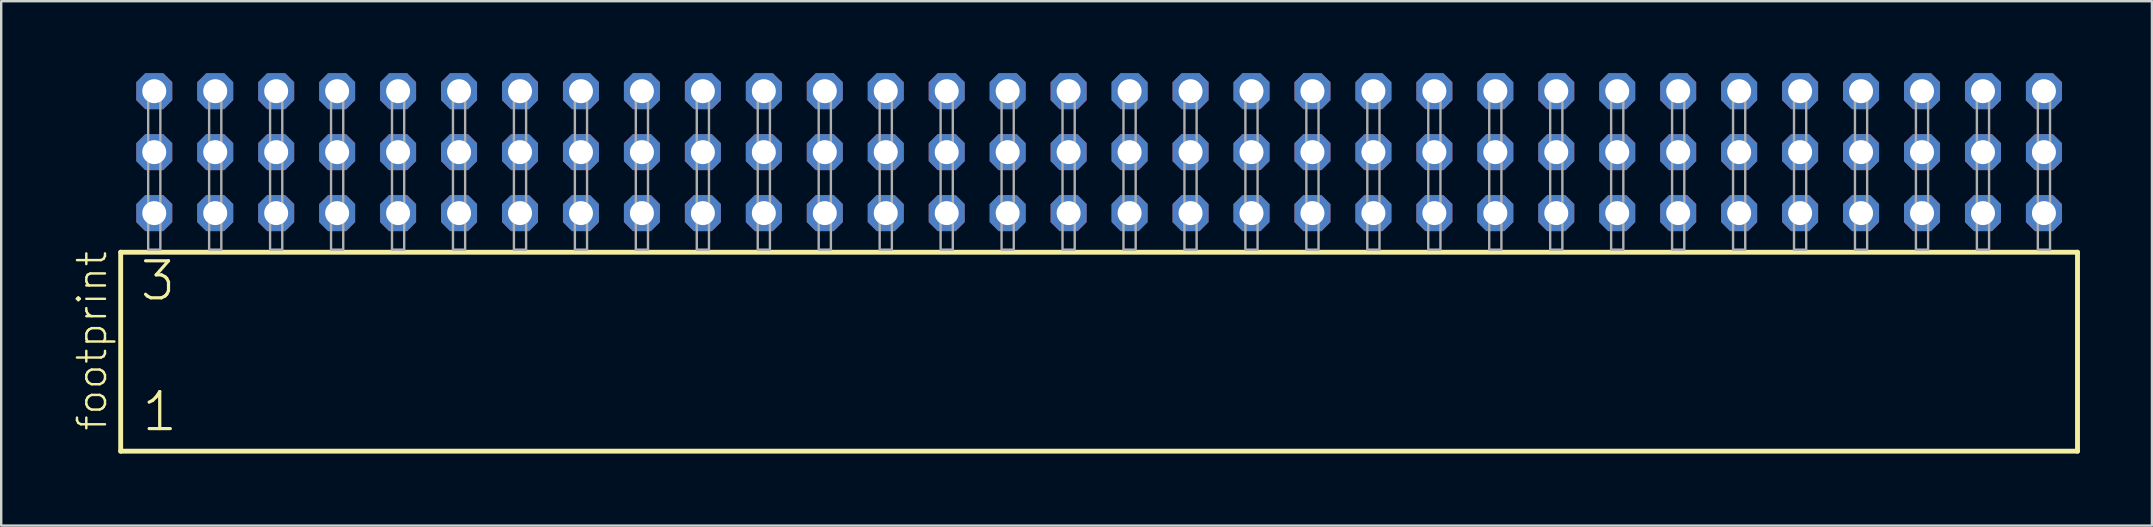
<source format=kicad_pcb>
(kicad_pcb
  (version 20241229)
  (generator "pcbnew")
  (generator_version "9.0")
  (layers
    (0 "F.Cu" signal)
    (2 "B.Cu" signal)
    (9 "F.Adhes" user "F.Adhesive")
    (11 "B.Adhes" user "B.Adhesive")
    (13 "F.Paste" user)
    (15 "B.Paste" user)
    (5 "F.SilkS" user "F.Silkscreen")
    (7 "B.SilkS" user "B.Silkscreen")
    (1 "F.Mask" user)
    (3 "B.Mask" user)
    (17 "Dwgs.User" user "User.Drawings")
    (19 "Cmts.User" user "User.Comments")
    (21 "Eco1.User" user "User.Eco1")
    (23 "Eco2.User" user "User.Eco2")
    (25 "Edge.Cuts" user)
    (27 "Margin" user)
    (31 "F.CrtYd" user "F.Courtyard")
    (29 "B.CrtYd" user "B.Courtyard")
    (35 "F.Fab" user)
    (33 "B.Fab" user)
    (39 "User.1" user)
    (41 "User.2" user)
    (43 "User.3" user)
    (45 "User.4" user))
  (footprint "footprint"
    (layer "F.Cu")
    (at 42.748 7.354)
    (property "Reference" "footprint" (at -41.275 7.62 90) (layer "F.SilkS") (effects (font (size 1.168 1.168) (thickness 0.102)) (justify left bottom)))
    (fp_line (start -40.769 0.106) (end -40.769 8.396) (stroke (width 0.203) (type solid)) (layer "F.SilkS"))
    (fp_line (start -40.769 8.396) (end 40.769 8.396) (stroke (width 0.203) (type solid)) (layer "F.SilkS"))
    (fp_line (start 40.769 0.106) (end -40.769 0.106) (stroke (width 0.203) (type solid)) (layer "F.SilkS"))
    (fp_line (start 40.769 8.396) (end 40.769 0.106) (stroke (width 0.203) (type solid)) (layer "F.SilkS"))
    (fp_poly (pts (xy -39.624 0) (xy -39.116 0) (xy -39.116 -6.858) (xy -39.624 -6.858)) (stroke (width 0.1) (type solid)) (fill no) (layer "F.Fab"))
    (fp_poly (pts (xy -37.084 0) (xy -36.576 0) (xy -36.576 -6.858) (xy -37.084 -6.858)) (stroke (width 0.1) (type solid)) (fill no) (layer "F.Fab"))
    (fp_poly (pts (xy -34.544 0) (xy -34.036 0) (xy -34.036 -6.858) (xy -34.544 -6.858)) (stroke (width 0.1) (type solid)) (fill no) (layer "F.Fab"))
    (fp_poly (pts (xy -32.004 0) (xy -31.496 0) (xy -31.496 -6.858) (xy -32.004 -6.858)) (stroke (width 0.1) (type solid)) (fill no) (layer "F.Fab"))
    (fp_poly (pts (xy -29.464 0) (xy -28.956 0) (xy -28.956 -6.858) (xy -29.464 -6.858)) (stroke (width 0.1) (type solid)) (fill no) (layer "F.Fab"))
    (fp_poly (pts (xy -26.924 0) (xy -26.416 0) (xy -26.416 -6.858) (xy -26.924 -6.858)) (stroke (width 0.1) (type solid)) (fill no) (layer "F.Fab"))
    (fp_poly (pts (xy -24.384 0) (xy -23.876 0) (xy -23.876 -6.858) (xy -24.384 -6.858)) (stroke (width 0.1) (type solid)) (fill no) (layer "F.Fab"))
    (fp_poly (pts (xy -21.844 0) (xy -21.336 0) (xy -21.336 -6.858) (xy -21.844 -6.858)) (stroke (width 0.1) (type solid)) (fill no) (layer "F.Fab"))
    (fp_poly (pts (xy -19.304 0) (xy -18.796 0) (xy -18.796 -6.858) (xy -19.304 -6.858)) (stroke (width 0.1) (type solid)) (fill no) (layer "F.Fab"))
    (fp_poly (pts (xy -16.764 0) (xy -16.256 0) (xy -16.256 -6.858) (xy -16.764 -6.858)) (stroke (width 0.1) (type solid)) (fill no) (layer "F.Fab"))
    (fp_poly (pts (xy -14.224 0) (xy -13.716 0) (xy -13.716 -6.858) (xy -14.224 -6.858)) (stroke (width 0.1) (type solid)) (fill no) (layer "F.Fab"))
    (fp_poly (pts (xy -11.684 0) (xy -11.176 0) (xy -11.176 -6.858) (xy -11.684 -6.858)) (stroke (width 0.1) (type solid)) (fill no) (layer "F.Fab"))
    (fp_poly (pts (xy -9.144 0) (xy -8.636 0) (xy -8.636 -6.858) (xy -9.144 -6.858)) (stroke (width 0.1) (type solid)) (fill no) (layer "F.Fab"))
    (fp_poly (pts (xy -6.604 0) (xy -6.096 0) (xy -6.096 -6.858) (xy -6.604 -6.858)) (stroke (width 0.1) (type solid)) (fill no) (layer "F.Fab"))
    (fp_poly (pts (xy -4.064 0) (xy -3.556 0) (xy -3.556 -6.858) (xy -4.064 -6.858)) (stroke (width 0.1) (type solid)) (fill no) (layer "F.Fab"))
    (fp_poly (pts (xy -1.524 0) (xy -1.016 0) (xy -1.016 -6.858) (xy -1.524 -6.858)) (stroke (width 0.1) (type solid)) (fill no) (layer "F.Fab"))
    (fp_poly (pts (xy 1.016 0) (xy 1.524 0) (xy 1.524 -6.858) (xy 1.016 -6.858)) (stroke (width 0.1) (type solid)) (fill no) (layer "F.Fab"))
    (fp_poly (pts (xy 3.556 0) (xy 4.064 0) (xy 4.064 -6.858) (xy 3.556 -6.858)) (stroke (width 0.1) (type solid)) (fill no) (layer "F.Fab"))
    (fp_poly (pts (xy 6.096 0) (xy 6.604 0) (xy 6.604 -6.858) (xy 6.096 -6.858)) (stroke (width 0.1) (type solid)) (fill no) (layer "F.Fab"))
    (fp_poly (pts (xy 8.636 0) (xy 9.144 0) (xy 9.144 -6.858) (xy 8.636 -6.858)) (stroke (width 0.1) (type solid)) (fill no) (layer "F.Fab"))
    (fp_poly (pts (xy 11.176 0) (xy 11.684 0) (xy 11.684 -6.858) (xy 11.176 -6.858)) (stroke (width 0.1) (type solid)) (fill no) (layer "F.Fab"))
    (fp_poly (pts (xy 13.716 0) (xy 14.224 0) (xy 14.224 -6.858) (xy 13.716 -6.858)) (stroke (width 0.1) (type solid)) (fill no) (layer "F.Fab"))
    (fp_poly (pts (xy 16.256 0) (xy 16.764 0) (xy 16.764 -6.858) (xy 16.256 -6.858)) (stroke (width 0.1) (type solid)) (fill no) (layer "F.Fab"))
    (fp_poly (pts (xy 18.796 0) (xy 19.304 0) (xy 19.304 -6.858) (xy 18.796 -6.858)) (stroke (width 0.1) (type solid)) (fill no) (layer "F.Fab"))
    (fp_poly (pts (xy 21.336 0) (xy 21.844 0) (xy 21.844 -6.858) (xy 21.336 -6.858)) (stroke (width 0.1) (type solid)) (fill no) (layer "F.Fab"))
    (fp_poly (pts (xy 23.876 0) (xy 24.384 0) (xy 24.384 -6.858) (xy 23.876 -6.858)) (stroke (width 0.1) (type solid)) (fill no) (layer "F.Fab"))
    (fp_poly (pts (xy 26.416 0) (xy 26.924 0) (xy 26.924 -6.858) (xy 26.416 -6.858)) (stroke (width 0.1) (type solid)) (fill no) (layer "F.Fab"))
    (fp_poly (pts (xy 28.956 0) (xy 29.464 0) (xy 29.464 -6.858) (xy 28.956 -6.858)) (stroke (width 0.1) (type solid)) (fill no) (layer "F.Fab"))
    (fp_poly (pts (xy 31.496 0) (xy 32.004 0) (xy 32.004 -6.858) (xy 31.496 -6.858)) (stroke (width 0.1) (type solid)) (fill no) (layer "F.Fab"))
    (fp_poly (pts (xy 34.036 0) (xy 34.544 0) (xy 34.544 -6.858) (xy 34.036 -6.858)) (stroke (width 0.1) (type solid)) (fill no) (layer "F.Fab"))
    (fp_poly (pts (xy 36.576 0) (xy 37.084 0) (xy 37.084 -6.858) (xy 36.576 -6.858)) (stroke (width 0.1) (type solid)) (fill no) (layer "F.Fab"))
    (fp_poly (pts (xy 39.116 0) (xy 39.624 0) (xy 39.624 -6.858) (xy 39.116 -6.858)) (stroke (width 0.1) (type solid)) (fill no) (layer "F.Fab"))
    (fp_text user "1" (at -39.965 7.65 0) (layer "F.SilkS") (effects (font (size 1.542 1.542) (thickness 0.134)) (justify left bottom)))
    (fp_text user "3" (at -40.04 2.2 0) (layer "F.SilkS") (effects (font (size 1.542 1.542) (thickness 0.134)) (justify left bottom)))
    (pad "1" thru_hole roundrect (at -39.37 -1.524) (size 1.5 1.5) (drill 1) (layers "*.Cu" "*.Mask") (roundrect_rratio 0.25) (chamfer_ratio 0.25) (chamfer top_left top_right bottom_left bottom_right))
    (pad "2" thru_hole roundrect (at -39.37 -4.064) (size 1.5 1.5) (drill 1) (layers "*.Cu" "*.Mask") (roundrect_rratio 0.25) (chamfer_ratio 0.25) (chamfer top_left top_right bottom_left bottom_right))
    (pad "3" thru_hole roundrect (at -39.37 -6.604) (size 1.5 1.5) (drill 1) (layers "*.Cu" "*.Mask") (roundrect_rratio 0.25) (chamfer_ratio 0.25) (chamfer top_left top_right bottom_left bottom_right))
    (pad "4" thru_hole roundrect (at -36.83 -1.524) (size 1.5 1.5) (drill 1) (layers "*.Cu" "*.Mask") (roundrect_rratio 0.25) (chamfer_ratio 0.25) (chamfer top_left top_right bottom_left bottom_right))
    (pad "5" thru_hole roundrect (at -36.83 -4.064) (size 1.5 1.5) (drill 1) (layers "*.Cu" "*.Mask") (roundrect_rratio 0.25) (chamfer_ratio 0.25) (chamfer top_left top_right bottom_left bottom_right))
    (pad "6" thru_hole roundrect (at -36.83 -6.604) (size 1.5 1.5) (drill 1) (layers "*.Cu" "*.Mask") (roundrect_rratio 0.25) (chamfer_ratio 0.25) (chamfer top_left top_right bottom_left bottom_right))
    (pad "7" thru_hole roundrect (at -34.29 -1.524) (size 1.5 1.5) (drill 1) (layers "*.Cu" "*.Mask") (roundrect_rratio 0.25) (chamfer_ratio 0.25) (chamfer top_left top_right bottom_left bottom_right))
    (pad "8" thru_hole roundrect (at -34.29 -4.064) (size 1.5 1.5) (drill 1) (layers "*.Cu" "*.Mask") (roundrect_rratio 0.25) (chamfer_ratio 0.25) (chamfer top_left top_right bottom_left bottom_right))
    (pad "9" thru_hole roundrect (at -34.29 -6.604) (size 1.5 1.5) (drill 1) (layers "*.Cu" "*.Mask") (roundrect_rratio 0.25) (chamfer_ratio 0.25) (chamfer top_left top_right bottom_left bottom_right))
    (pad "10" thru_hole roundrect (at -31.75 -1.524) (size 1.5 1.5) (drill 1) (layers "*.Cu" "*.Mask") (roundrect_rratio 0.25) (chamfer_ratio 0.25) (chamfer top_left top_right bottom_left bottom_right))
    (pad "11" thru_hole roundrect (at -31.75 -4.064) (size 1.5 1.5) (drill 1) (layers "*.Cu" "*.Mask") (roundrect_rratio 0.25) (chamfer_ratio 0.25) (chamfer top_left top_right bottom_left bottom_right))
    (pad "12" thru_hole roundrect (at -31.75 -6.604) (size 1.5 1.5) (drill 1) (layers "*.Cu" "*.Mask") (roundrect_rratio 0.25) (chamfer_ratio 0.25) (chamfer top_left top_right bottom_left bottom_right))
    (pad "13" thru_hole roundrect (at -29.21 -1.524) (size 1.5 1.5) (drill 1) (layers "*.Cu" "*.Mask") (roundrect_rratio 0.25) (chamfer_ratio 0.25) (chamfer top_left top_right bottom_left bottom_right))
    (pad "14" thru_hole roundrect (at -29.21 -4.064) (size 1.5 1.5) (drill 1) (layers "*.Cu" "*.Mask") (roundrect_rratio 0.25) (chamfer_ratio 0.25) (chamfer top_left top_right bottom_left bottom_right))
    (pad "15" thru_hole roundrect (at -29.21 -6.604) (size 1.5 1.5) (drill 1) (layers "*.Cu" "*.Mask") (roundrect_rratio 0.25) (chamfer_ratio 0.25) (chamfer top_left top_right bottom_left bottom_right))
    (pad "16" thru_hole roundrect (at -26.67 -1.524) (size 1.5 1.5) (drill 1) (layers "*.Cu" "*.Mask") (roundrect_rratio 0.25) (chamfer_ratio 0.25) (chamfer top_left top_right bottom_left bottom_right))
    (pad "17" thru_hole roundrect (at -26.67 -4.064) (size 1.5 1.5) (drill 1) (layers "*.Cu" "*.Mask") (roundrect_rratio 0.25) (chamfer_ratio 0.25) (chamfer top_left top_right bottom_left bottom_right))
    (pad "18" thru_hole roundrect (at -26.67 -6.604) (size 1.5 1.5) (drill 1) (layers "*.Cu" "*.Mask") (roundrect_rratio 0.25) (chamfer_ratio 0.25) (chamfer top_left top_right bottom_left bottom_right))
    (pad "19" thru_hole roundrect (at -24.13 -1.524) (size 1.5 1.5) (drill 1) (layers "*.Cu" "*.Mask") (roundrect_rratio 0.25) (chamfer_ratio 0.25) (chamfer top_left top_right bottom_left bottom_right))
    (pad "20" thru_hole roundrect (at -24.13 -4.064) (size 1.5 1.5) (drill 1) (layers "*.Cu" "*.Mask") (roundrect_rratio 0.25) (chamfer_ratio 0.25) (chamfer top_left top_right bottom_left bottom_right))
    (pad "21" thru_hole roundrect (at -24.13 -6.604) (size 1.5 1.5) (drill 1) (layers "*.Cu" "*.Mask") (roundrect_rratio 0.25) (chamfer_ratio 0.25) (chamfer top_left top_right bottom_left bottom_right))
    (pad "22" thru_hole roundrect (at -21.59 -1.524) (size 1.5 1.5) (drill 1) (layers "*.Cu" "*.Mask") (roundrect_rratio 0.25) (chamfer_ratio 0.25) (chamfer top_left top_right bottom_left bottom_right))
    (pad "23" thru_hole roundrect (at -21.59 -4.064) (size 1.5 1.5) (drill 1) (layers "*.Cu" "*.Mask") (roundrect_rratio 0.25) (chamfer_ratio 0.25) (chamfer top_left top_right bottom_left bottom_right))
    (pad "24" thru_hole roundrect (at -21.59 -6.604) (size 1.5 1.5) (drill 1) (layers "*.Cu" "*.Mask") (roundrect_rratio 0.25) (chamfer_ratio 0.25) (chamfer top_left top_right bottom_left bottom_right))
    (pad "25" thru_hole roundrect (at -19.05 -1.524) (size 1.5 1.5) (drill 1) (layers "*.Cu" "*.Mask") (roundrect_rratio 0.25) (chamfer_ratio 0.25) (chamfer top_left top_right bottom_left bottom_right))
    (pad "26" thru_hole roundrect (at -19.05 -4.064) (size 1.5 1.5) (drill 1) (layers "*.Cu" "*.Mask") (roundrect_rratio 0.25) (chamfer_ratio 0.25) (chamfer top_left top_right bottom_left bottom_right))
    (pad "27" thru_hole roundrect (at -19.05 -6.604) (size 1.5 1.5) (drill 1) (layers "*.Cu" "*.Mask") (roundrect_rratio 0.25) (chamfer_ratio 0.25) (chamfer top_left top_right bottom_left bottom_right))
    (pad "28" thru_hole roundrect (at -16.51 -1.524) (size 1.5 1.5) (drill 1) (layers "*.Cu" "*.Mask") (roundrect_rratio 0.25) (chamfer_ratio 0.25) (chamfer top_left top_right bottom_left bottom_right))
    (pad "29" thru_hole roundrect (at -16.51 -4.064) (size 1.5 1.5) (drill 1) (layers "*.Cu" "*.Mask") (roundrect_rratio 0.25) (chamfer_ratio 0.25) (chamfer top_left top_right bottom_left bottom_right))
    (pad "30" thru_hole roundrect (at -16.51 -6.604) (size 1.5 1.5) (drill 1) (layers "*.Cu" "*.Mask") (roundrect_rratio 0.25) (chamfer_ratio 0.25) (chamfer top_left top_right bottom_left bottom_right))
    (pad "31" thru_hole roundrect (at -13.97 -1.524) (size 1.5 1.5) (drill 1) (layers "*.Cu" "*.Mask") (roundrect_rratio 0.25) (chamfer_ratio 0.25) (chamfer top_left top_right bottom_left bottom_right))
    (pad "32" thru_hole roundrect (at -13.97 -4.064) (size 1.5 1.5) (drill 1) (layers "*.Cu" "*.Mask") (roundrect_rratio 0.25) (chamfer_ratio 0.25) (chamfer top_left top_right bottom_left bottom_right))
    (pad "33" thru_hole roundrect (at -13.97 -6.604) (size 1.5 1.5) (drill 1) (layers "*.Cu" "*.Mask") (roundrect_rratio 0.25) (chamfer_ratio 0.25) (chamfer top_left top_right bottom_left bottom_right))
    (pad "34" thru_hole roundrect (at -11.43 -1.524) (size 1.5 1.5) (drill 1) (layers "*.Cu" "*.Mask") (roundrect_rratio 0.25) (chamfer_ratio 0.25) (chamfer top_left top_right bottom_left bottom_right))
    (pad "35" thru_hole roundrect (at -11.43 -4.064) (size 1.5 1.5) (drill 1) (layers "*.Cu" "*.Mask") (roundrect_rratio 0.25) (chamfer_ratio 0.25) (chamfer top_left top_right bottom_left bottom_right))
    (pad "36" thru_hole roundrect (at -11.43 -6.604) (size 1.5 1.5) (drill 1) (layers "*.Cu" "*.Mask") (roundrect_rratio 0.25) (chamfer_ratio 0.25) (chamfer top_left top_right bottom_left bottom_right))
    (pad "37" thru_hole roundrect (at -8.89 -1.524) (size 1.5 1.5) (drill 1) (layers "*.Cu" "*.Mask") (roundrect_rratio 0.25) (chamfer_ratio 0.25) (chamfer top_left top_right bottom_left bottom_right))
    (pad "38" thru_hole roundrect (at -8.89 -4.064) (size 1.5 1.5) (drill 1) (layers "*.Cu" "*.Mask") (roundrect_rratio 0.25) (chamfer_ratio 0.25) (chamfer top_left top_right bottom_left bottom_right))
    (pad "39" thru_hole roundrect (at -8.89 -6.604) (size 1.5 1.5) (drill 1) (layers "*.Cu" "*.Mask") (roundrect_rratio 0.25) (chamfer_ratio 0.25) (chamfer top_left top_right bottom_left bottom_right))
    (pad "40" thru_hole roundrect (at -6.35 -1.524) (size 1.5 1.5) (drill 1) (layers "*.Cu" "*.Mask") (roundrect_rratio 0.25) (chamfer_ratio 0.25) (chamfer top_left top_right bottom_left bottom_right))
    (pad "41" thru_hole roundrect (at -6.35 -4.064) (size 1.5 1.5) (drill 1) (layers "*.Cu" "*.Mask") (roundrect_rratio 0.25) (chamfer_ratio 0.25) (chamfer top_left top_right bottom_left bottom_right))
    (pad "42" thru_hole roundrect (at -6.35 -6.604) (size 1.5 1.5) (drill 1) (layers "*.Cu" "*.Mask") (roundrect_rratio 0.25) (chamfer_ratio 0.25) (chamfer top_left top_right bottom_left bottom_right))
    (pad "43" thru_hole roundrect (at -3.81 -1.524) (size 1.5 1.5) (drill 1) (layers "*.Cu" "*.Mask") (roundrect_rratio 0.25) (chamfer_ratio 0.25) (chamfer top_left top_right bottom_left bottom_right))
    (pad "44" thru_hole roundrect (at -3.81 -4.064) (size 1.5 1.5) (drill 1) (layers "*.Cu" "*.Mask") (roundrect_rratio 0.25) (chamfer_ratio 0.25) (chamfer top_left top_right bottom_left bottom_right))
    (pad "45" thru_hole roundrect (at -3.81 -6.604) (size 1.5 1.5) (drill 1) (layers "*.Cu" "*.Mask") (roundrect_rratio 0.25) (chamfer_ratio 0.25) (chamfer top_left top_right bottom_left bottom_right))
    (pad "46" thru_hole roundrect (at -1.27 -1.524) (size 1.5 1.5) (drill 1) (layers "*.Cu" "*.Mask") (roundrect_rratio 0.25) (chamfer_ratio 0.25) (chamfer top_left top_right bottom_left bottom_right))
    (pad "47" thru_hole roundrect (at -1.27 -4.064) (size 1.5 1.5) (drill 1) (layers "*.Cu" "*.Mask") (roundrect_rratio 0.25) (chamfer_ratio 0.25) (chamfer top_left top_right bottom_left bottom_right))
    (pad "48" thru_hole roundrect (at -1.27 -6.604) (size 1.5 1.5) (drill 1) (layers "*.Cu" "*.Mask") (roundrect_rratio 0.25) (chamfer_ratio 0.25) (chamfer top_left top_right bottom_left bottom_right))
    (pad "49" thru_hole roundrect (at 1.27 -1.524) (size 1.5 1.5) (drill 1) (layers "*.Cu" "*.Mask") (roundrect_rratio 0.25) (chamfer_ratio 0.25) (chamfer top_left top_right bottom_left bottom_right))
    (pad "50" thru_hole roundrect (at 1.27 -4.064) (size 1.5 1.5) (drill 1) (layers "*.Cu" "*.Mask") (roundrect_rratio 0.25) (chamfer_ratio 0.25) (chamfer top_left top_right bottom_left bottom_right))
    (pad "51" thru_hole roundrect (at 1.27 -6.604) (size 1.5 1.5) (drill 1) (layers "*.Cu" "*.Mask") (roundrect_rratio 0.25) (chamfer_ratio 0.25) (chamfer top_left top_right bottom_left bottom_right))
    (pad "52" thru_hole roundrect (at 3.81 -1.524) (size 1.5 1.5) (drill 1) (layers "*.Cu" "*.Mask") (roundrect_rratio 0.25) (chamfer_ratio 0.25) (chamfer top_left top_right bottom_left bottom_right))
    (pad "53" thru_hole roundrect (at 3.81 -4.064) (size 1.5 1.5) (drill 1) (layers "*.Cu" "*.Mask") (roundrect_rratio 0.25) (chamfer_ratio 0.25) (chamfer top_left top_right bottom_left bottom_right))
    (pad "54" thru_hole roundrect (at 3.81 -6.604) (size 1.5 1.5) (drill 1) (layers "*.Cu" "*.Mask") (roundrect_rratio 0.25) (chamfer_ratio 0.25) (chamfer top_left top_right bottom_left bottom_right))
    (pad "55" thru_hole roundrect (at 6.35 -1.524) (size 1.5 1.5) (drill 1) (layers "*.Cu" "*.Mask") (roundrect_rratio 0.25) (chamfer_ratio 0.25) (chamfer top_left top_right bottom_left bottom_right))
    (pad "56" thru_hole roundrect (at 6.35 -4.064) (size 1.5 1.5) (drill 1) (layers "*.Cu" "*.Mask") (roundrect_rratio 0.25) (chamfer_ratio 0.25) (chamfer top_left top_right bottom_left bottom_right))
    (pad "57" thru_hole roundrect (at 6.35 -6.604) (size 1.5 1.5) (drill 1) (layers "*.Cu" "*.Mask") (roundrect_rratio 0.25) (chamfer_ratio 0.25) (chamfer top_left top_right bottom_left bottom_right))
    (pad "58" thru_hole roundrect (at 8.89 -1.524) (size 1.5 1.5) (drill 1) (layers "*.Cu" "*.Mask") (roundrect_rratio 0.25) (chamfer_ratio 0.25) (chamfer top_left top_right bottom_left bottom_right))
    (pad "59" thru_hole roundrect (at 8.89 -4.064) (size 1.5 1.5) (drill 1) (layers "*.Cu" "*.Mask") (roundrect_rratio 0.25) (chamfer_ratio 0.25) (chamfer top_left top_right bottom_left bottom_right))
    (pad "60" thru_hole roundrect (at 8.89 -6.604) (size 1.5 1.5) (drill 1) (layers "*.Cu" "*.Mask") (roundrect_rratio 0.25) (chamfer_ratio 0.25) (chamfer top_left top_right bottom_left bottom_right))
    (pad "61" thru_hole roundrect (at 11.43 -1.524) (size 1.5 1.5) (drill 1) (layers "*.Cu" "*.Mask") (roundrect_rratio 0.25) (chamfer_ratio 0.25) (chamfer top_left top_right bottom_left bottom_right))
    (pad "62" thru_hole roundrect (at 11.43 -4.064) (size 1.5 1.5) (drill 1) (layers "*.Cu" "*.Mask") (roundrect_rratio 0.25) (chamfer_ratio 0.25) (chamfer top_left top_right bottom_left bottom_right))
    (pad "63" thru_hole roundrect (at 11.43 -6.604) (size 1.5 1.5) (drill 1) (layers "*.Cu" "*.Mask") (roundrect_rratio 0.25) (chamfer_ratio 0.25) (chamfer top_left top_right bottom_left bottom_right))
    (pad "64" thru_hole roundrect (at 13.97 -1.524) (size 1.5 1.5) (drill 1) (layers "*.Cu" "*.Mask") (roundrect_rratio 0.25) (chamfer_ratio 0.25) (chamfer top_left top_right bottom_left bottom_right))
    (pad "65" thru_hole roundrect (at 13.97 -4.064) (size 1.5 1.5) (drill 1) (layers "*.Cu" "*.Mask") (roundrect_rratio 0.25) (chamfer_ratio 0.25) (chamfer top_left top_right bottom_left bottom_right))
    (pad "66" thru_hole roundrect (at 13.97 -6.604) (size 1.5 1.5) (drill 1) (layers "*.Cu" "*.Mask") (roundrect_rratio 0.25) (chamfer_ratio 0.25) (chamfer top_left top_right bottom_left bottom_right))
    (pad "67" thru_hole roundrect (at 16.51 -1.524) (size 1.5 1.5) (drill 1) (layers "*.Cu" "*.Mask") (roundrect_rratio 0.25) (chamfer_ratio 0.25) (chamfer top_left top_right bottom_left bottom_right))
    (pad "68" thru_hole roundrect (at 16.51 -4.064) (size 1.5 1.5) (drill 1) (layers "*.Cu" "*.Mask") (roundrect_rratio 0.25) (chamfer_ratio 0.25) (chamfer top_left top_right bottom_left bottom_right))
    (pad "69" thru_hole roundrect (at 16.51 -6.604) (size 1.5 1.5) (drill 1) (layers "*.Cu" "*.Mask") (roundrect_rratio 0.25) (chamfer_ratio 0.25) (chamfer top_left top_right bottom_left bottom_right))
    (pad "70" thru_hole roundrect (at 19.05 -1.524) (size 1.5 1.5) (drill 1) (layers "*.Cu" "*.Mask") (roundrect_rratio 0.25) (chamfer_ratio 0.25) (chamfer top_left top_right bottom_left bottom_right))
    (pad "71" thru_hole roundrect (at 19.05 -4.064) (size 1.5 1.5) (drill 1) (layers "*.Cu" "*.Mask") (roundrect_rratio 0.25) (chamfer_ratio 0.25) (chamfer top_left top_right bottom_left bottom_right))
    (pad "72" thru_hole roundrect (at 19.05 -6.604) (size 1.5 1.5) (drill 1) (layers "*.Cu" "*.Mask") (roundrect_rratio 0.25) (chamfer_ratio 0.25) (chamfer top_left top_right bottom_left bottom_right))
    (pad "73" thru_hole roundrect (at 21.59 -1.524) (size 1.5 1.5) (drill 1) (layers "*.Cu" "*.Mask") (roundrect_rratio 0.25) (chamfer_ratio 0.25) (chamfer top_left top_right bottom_left bottom_right))
    (pad "74" thru_hole roundrect (at 21.59 -4.064) (size 1.5 1.5) (drill 1) (layers "*.Cu" "*.Mask") (roundrect_rratio 0.25) (chamfer_ratio 0.25) (chamfer top_left top_right bottom_left bottom_right))
    (pad "75" thru_hole roundrect (at 21.59 -6.604) (size 1.5 1.5) (drill 1) (layers "*.Cu" "*.Mask") (roundrect_rratio 0.25) (chamfer_ratio 0.25) (chamfer top_left top_right bottom_left bottom_right))
    (pad "76" thru_hole roundrect (at 24.13 -1.524) (size 1.5 1.5) (drill 1) (layers "*.Cu" "*.Mask") (roundrect_rratio 0.25) (chamfer_ratio 0.25) (chamfer top_left top_right bottom_left bottom_right))
    (pad "77" thru_hole roundrect (at 24.13 -4.064) (size 1.5 1.5) (drill 1) (layers "*.Cu" "*.Mask") (roundrect_rratio 0.25) (chamfer_ratio 0.25) (chamfer top_left top_right bottom_left bottom_right))
    (pad "78" thru_hole roundrect (at 24.13 -6.604) (size 1.5 1.5) (drill 1) (layers "*.Cu" "*.Mask") (roundrect_rratio 0.25) (chamfer_ratio 0.25) (chamfer top_left top_right bottom_left bottom_right))
    (pad "79" thru_hole roundrect (at 26.67 -1.524) (size 1.5 1.5) (drill 1) (layers "*.Cu" "*.Mask") (roundrect_rratio 0.25) (chamfer_ratio 0.25) (chamfer top_left top_right bottom_left bottom_right))
    (pad "80" thru_hole roundrect (at 26.67 -4.064) (size 1.5 1.5) (drill 1) (layers "*.Cu" "*.Mask") (roundrect_rratio 0.25) (chamfer_ratio 0.25) (chamfer top_left top_right bottom_left bottom_right))
    (pad "81" thru_hole roundrect (at 26.67 -6.604) (size 1.5 1.5) (drill 1) (layers "*.Cu" "*.Mask") (roundrect_rratio 0.25) (chamfer_ratio 0.25) (chamfer top_left top_right bottom_left bottom_right))
    (pad "82" thru_hole roundrect (at 29.21 -1.524) (size 1.5 1.5) (drill 1) (layers "*.Cu" "*.Mask") (roundrect_rratio 0.25) (chamfer_ratio 0.25) (chamfer top_left top_right bottom_left bottom_right))
    (pad "83" thru_hole roundrect (at 29.21 -4.064) (size 1.5 1.5) (drill 1) (layers "*.Cu" "*.Mask") (roundrect_rratio 0.25) (chamfer_ratio 0.25) (chamfer top_left top_right bottom_left bottom_right))
    (pad "84" thru_hole roundrect (at 29.21 -6.604) (size 1.5 1.5) (drill 1) (layers "*.Cu" "*.Mask") (roundrect_rratio 0.25) (chamfer_ratio 0.25) (chamfer top_left top_right bottom_left bottom_right))
    (pad "85" thru_hole roundrect (at 31.75 -1.524) (size 1.5 1.5) (drill 1) (layers "*.Cu" "*.Mask") (roundrect_rratio 0.25) (chamfer_ratio 0.25) (chamfer top_left top_right bottom_left bottom_right))
    (pad "86" thru_hole roundrect (at 31.75 -4.064) (size 1.5 1.5) (drill 1) (layers "*.Cu" "*.Mask") (roundrect_rratio 0.25) (chamfer_ratio 0.25) (chamfer top_left top_right bottom_left bottom_right))
    (pad "87" thru_hole roundrect (at 31.75 -6.604) (size 1.5 1.5) (drill 1) (layers "*.Cu" "*.Mask") (roundrect_rratio 0.25) (chamfer_ratio 0.25) (chamfer top_left top_right bottom_left bottom_right))
    (pad "88" thru_hole roundrect (at 34.29 -1.524) (size 1.5 1.5) (drill 1) (layers "*.Cu" "*.Mask") (roundrect_rratio 0.25) (chamfer_ratio 0.25) (chamfer top_left top_right bottom_left bottom_right))
    (pad "89" thru_hole roundrect (at 34.29 -4.064) (size 1.5 1.5) (drill 1) (layers "*.Cu" "*.Mask") (roundrect_rratio 0.25) (chamfer_ratio 0.25) (chamfer top_left top_right bottom_left bottom_right))
    (pad "90" thru_hole roundrect (at 34.29 -6.604) (size 1.5 1.5) (drill 1) (layers "*.Cu" "*.Mask") (roundrect_rratio 0.25) (chamfer_ratio 0.25) (chamfer top_left top_right bottom_left bottom_right))
    (pad "91" thru_hole roundrect (at 36.83 -1.524) (size 1.5 1.5) (drill 1) (layers "*.Cu" "*.Mask") (roundrect_rratio 0.25) (chamfer_ratio 0.25) (chamfer top_left top_right bottom_left bottom_right))
    (pad "92" thru_hole roundrect (at 36.83 -4.064) (size 1.5 1.5) (drill 1) (layers "*.Cu" "*.Mask") (roundrect_rratio 0.25) (chamfer_ratio 0.25) (chamfer top_left top_right bottom_left bottom_right))
    (pad "93" thru_hole roundrect (at 36.83 -6.604) (size 1.5 1.5) (drill 1) (layers "*.Cu" "*.Mask") (roundrect_rratio 0.25) (chamfer_ratio 0.25) (chamfer top_left top_right bottom_left bottom_right))
    (pad "94" thru_hole roundrect (at 39.37 -1.524) (size 1.5 1.5) (drill 1) (layers "*.Cu" "*.Mask") (roundrect_rratio 0.25) (chamfer_ratio 0.25) (chamfer top_left top_right bottom_left bottom_right))
    (pad "95" thru_hole roundrect (at 39.37 -4.064) (size 1.5 1.5) (drill 1) (layers "*.Cu" "*.Mask") (roundrect_rratio 0.25) (chamfer_ratio 0.25) (chamfer top_left top_right bottom_left bottom_right))
    (pad "96" thru_hole roundrect (at 39.37 -6.604) (size 1.5 1.5) (drill 1) (layers "*.Cu" "*.Mask") (roundrect_rratio 0.25) (chamfer_ratio 0.25) (chamfer top_left top_right bottom_left bottom_right)))
  (gr_rect
    (start -3 -3)
    (end 86.619 18.852)
    (stroke (width 0.1) (type default))
    (fill no)
    (layer "Edge.Cuts")))
</source>
